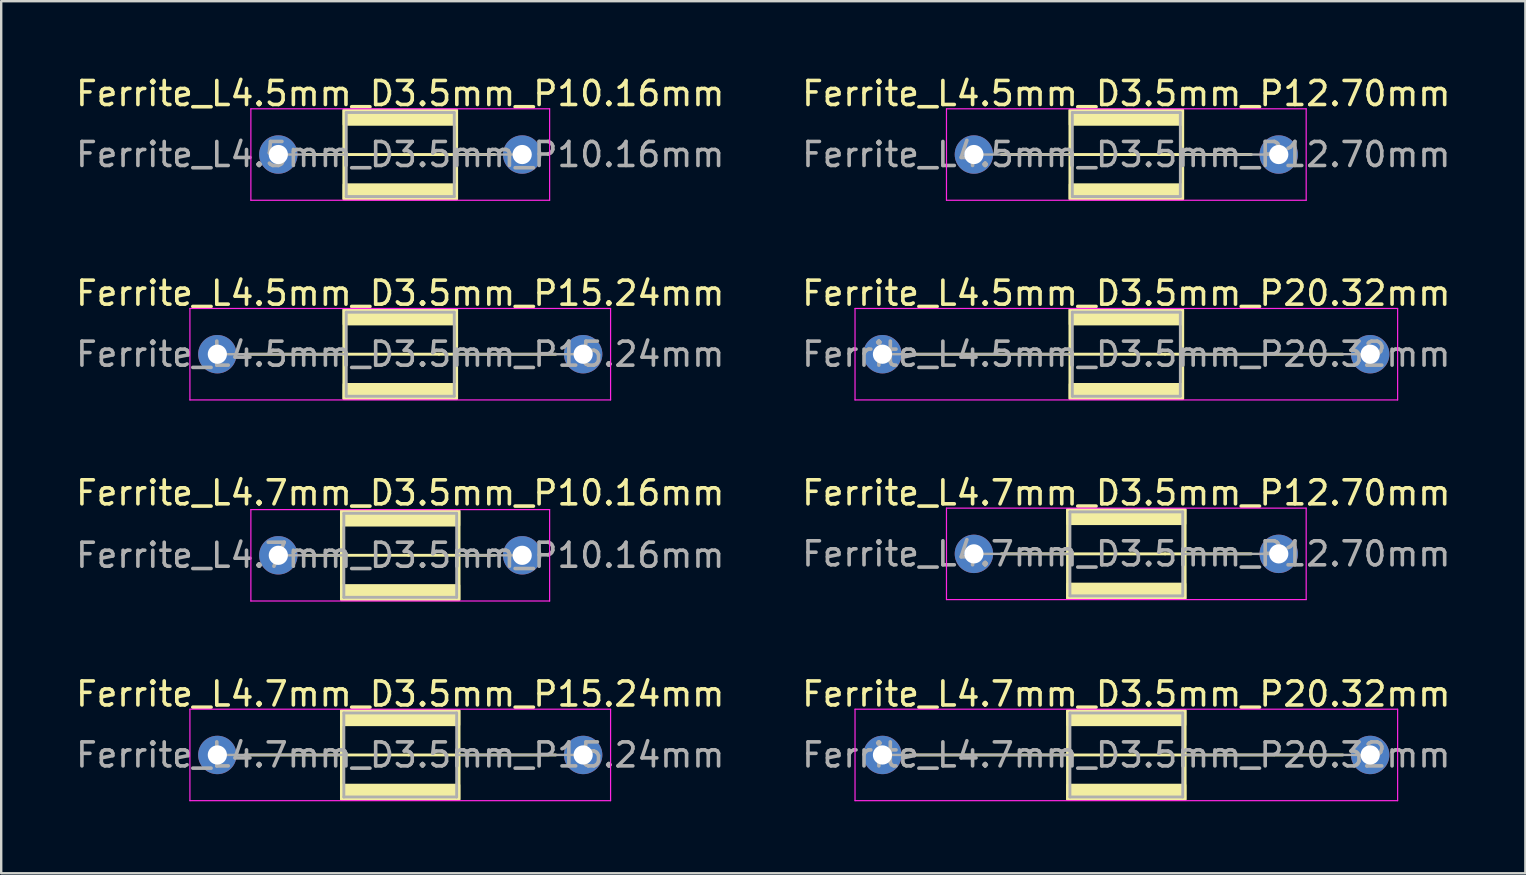
<source format=kicad_pcb>
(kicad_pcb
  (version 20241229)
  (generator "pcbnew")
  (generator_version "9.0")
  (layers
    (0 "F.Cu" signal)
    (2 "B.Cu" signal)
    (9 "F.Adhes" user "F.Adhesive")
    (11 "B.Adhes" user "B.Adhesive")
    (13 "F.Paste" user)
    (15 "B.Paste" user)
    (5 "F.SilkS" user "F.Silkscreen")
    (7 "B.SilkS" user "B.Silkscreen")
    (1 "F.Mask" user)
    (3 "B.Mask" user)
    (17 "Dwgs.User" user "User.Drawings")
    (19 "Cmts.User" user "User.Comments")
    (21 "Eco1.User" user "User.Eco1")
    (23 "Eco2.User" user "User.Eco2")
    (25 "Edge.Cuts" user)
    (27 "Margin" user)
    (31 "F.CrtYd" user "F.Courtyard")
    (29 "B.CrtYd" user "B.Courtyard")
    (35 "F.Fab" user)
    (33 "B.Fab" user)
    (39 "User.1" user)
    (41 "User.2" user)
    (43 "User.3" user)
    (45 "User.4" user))
  (footprint "Ferrite_L4.5mm_D3.5mm_P10.16mm"
    (layer "F.Cu")
    (at 8.545 3.388)
    (property "Reference" "Ferrite_L4.5mm_D3.5mm_P10.16mm" (at 5.08 -2.54 0) (layer "F.SilkS") (effects (font (size 1 1) (thickness 0.15))))
    (fp_line (start 6.694 0.000002) (end 1.143 0) (stroke (width 0.12) (type solid)) (layer "F.SilkS"))
    (fp_line (start 6.694 0.000002) (end 9.017 0) (stroke (width 0.12) (type solid)) (layer "F.SilkS"))
    (fp_rect (start 2.73 -1.85) (end 7.43 1.85) (stroke (width 0.12) (type solid)) (fill no) (layer "F.SilkS"))
    (fp_poly (pts (xy 7.43 -1.25) (xy 2.73 -1.25) (xy 2.73 -1.85) (xy 7.43 -1.85)) (stroke (width 0.1) (type solid)) (fill yes) (layer "F.SilkS"))
    (fp_poly (pts (xy 7.43 1.85) (xy 2.73 1.85) (xy 2.73 1.25) (xy 7.43 1.25)) (stroke (width 0.1) (type solid)) (fill yes) (layer "F.SilkS"))
    (fp_line (start -1.143 -1.905) (end 11.303 -1.905) (stroke (width 0.05) (type solid)) (layer "F.CrtYd"))
    (fp_line (start -1.143 1.905) (end -1.143 -1.905) (stroke (width 0.05) (type solid)) (layer "F.CrtYd"))
    (fp_line (start 11.303 -1.905) (end 11.303 1.905) (stroke (width 0.05) (type solid)) (layer "F.CrtYd"))
    (fp_line (start 11.303 1.905) (end -1.143 1.905) (stroke (width 0.05) (type solid)) (layer "F.CrtYd"))
    (fp_line (start 2.83 -1.75) (end 2.83 0) (stroke (width 0.12) (type solid)) (layer "F.Fab"))
    (fp_line (start 2.83 0) (end 0 0) (stroke (width 0.1) (type solid)) (layer "F.Fab"))
    (fp_line (start 2.83 0) (end 2.83 1.75) (stroke (width 0.12) (type solid)) (layer "F.Fab"))
    (fp_line (start 2.83 1.75) (end 7.33 1.75) (stroke (width 0.12) (type solid)) (layer "F.Fab"))
    (fp_line (start 7.33 -1.75) (end 2.83 -1.75) (stroke (width 0.12) (type solid)) (layer "F.Fab"))
    (fp_line (start 7.33 0) (end 10.16 0) (stroke (width 0.1) (type solid)) (layer "F.Fab"))
    (fp_line (start 7.33 1.75) (end 7.33 -1.75) (stroke (width 0.12) (type solid)) (layer "F.Fab"))
    (fp_text user "${REFERENCE}" (at 5.08 0 0) (layer "F.Fab") (effects (font (size 1 1) (thickness 0.15))))
    (pad "1" thru_hole circle (at 0 0) (size 1.6 1.6) (drill 0.8) (layers "*.Cu" "*.Mask"))
    (pad "2" thru_hole circle (at 10.16 0) (size 1.6 1.6) (drill 0.8) (layers "*.Cu" "*.Mask")))
  (footprint "Ferrite_L4.7mm_D3.5mm_P20.32mm"
    (layer "F.Cu")
    (at 33.715 28.403)
    (property "Reference" "Ferrite_L4.7mm_D3.5mm_P20.32mm" (at 10.16 -2.54 0) (layer "F.SilkS") (effects (font (size 1 1) (thickness 0.15))))
    (fp_line (start 7.964 0.000002) (end 1.143 0) (stroke (width 0.12) (type solid)) (layer "F.SilkS"))
    (fp_line (start 7.964 0.000002) (end 19.177 0) (stroke (width 0.12) (type solid)) (layer "F.SilkS"))
    (fp_rect (start 7.71 -1.85) (end 12.61 1.85) (stroke (width 0.12) (type solid)) (fill no) (layer "F.SilkS"))
    (fp_poly (pts (xy 12.61 -1.25) (xy 7.71 -1.25) (xy 7.71 -1.85) (xy 12.61 -1.85)) (stroke (width 0.1) (type solid)) (fill yes) (layer "F.SilkS"))
    (fp_poly (pts (xy 12.61 1.85) (xy 7.71 1.85) (xy 7.71 1.25) (xy 12.61 1.25)) (stroke (width 0.1) (type solid)) (fill yes) (layer "F.SilkS"))
    (fp_line (start -1.143 -1.905) (end 21.463 -1.905) (stroke (width 0.05) (type solid)) (layer "F.CrtYd"))
    (fp_line (start -1.143 1.905) (end -1.143 -1.905) (stroke (width 0.05) (type solid)) (layer "F.CrtYd"))
    (fp_line (start 21.463 -1.905) (end 21.463 1.905) (stroke (width 0.05) (type solid)) (layer "F.CrtYd"))
    (fp_line (start 21.463 1.905) (end -1.143 1.905) (stroke (width 0.05) (type solid)) (layer "F.CrtYd"))
    (fp_line (start 0 0) (end 7.81 0) (stroke (width 0.1) (type solid)) (layer "F.Fab"))
    (fp_line (start 7.81 -1.75) (end 7.81 0) (stroke (width 0.12) (type solid)) (layer "F.Fab"))
    (fp_line (start 7.81 0) (end 7.81 1.75) (stroke (width 0.12) (type solid)) (layer "F.Fab"))
    (fp_line (start 7.81 1.75) (end 12.51 1.75) (stroke (width 0.12) (type solid)) (layer "F.Fab"))
    (fp_line (start 12.51 -1.75) (end 7.81 -1.75) (stroke (width 0.12) (type solid)) (layer "F.Fab"))
    (fp_line (start 12.51 1.75) (end 12.51 -1.75) (stroke (width 0.12) (type solid)) (layer "F.Fab"))
    (fp_line (start 20.32 0) (end 12.51 0) (stroke (width 0.1) (type solid)) (layer "F.Fab"))
    (fp_text user "${REFERENCE}" (at 10.16 0 0) (layer "F.Fab") (effects (font (size 1 1) (thickness 0.15))))
    (pad "1" thru_hole circle (at 0 0) (size 1.6 1.6) (drill 0.8) (layers "*.Cu" "*.Mask"))
    (pad "2" thru_hole circle (at 20.32 0) (size 1.6 1.6) (drill 0.8) (layers "*.Cu" "*.Mask")))
  (footprint "Ferrite_L4.7mm_D3.5mm_P15.24mm"
    (layer "F.Cu")
    (at 6.005 28.403)
    (property "Reference" "Ferrite_L4.7mm_D3.5mm_P15.24mm" (at 7.62 -2.54 0) (layer "F.SilkS") (effects (font (size 1 1) (thickness 0.15))))
    (fp_line (start 7.964 0.000002) (end 1.143 0) (stroke (width 0.12) (type solid)) (layer "F.SilkS"))
    (fp_line (start 7.964 0.000002) (end 14.097 0) (stroke (width 0.12) (type solid)) (layer "F.SilkS"))
    (fp_rect (start 5.17 -1.85) (end 10.07 1.85) (stroke (width 0.12) (type solid)) (fill no) (layer "F.SilkS"))
    (fp_poly (pts (xy 10.07 -1.25) (xy 5.17 -1.25) (xy 5.17 -1.85) (xy 10.07 -1.85)) (stroke (width 0.1) (type solid)) (fill yes) (layer "F.SilkS"))
    (fp_poly (pts (xy 10.07 1.85) (xy 5.17 1.85) (xy 5.17 1.25) (xy 10.07 1.25)) (stroke (width 0.1) (type solid)) (fill yes) (layer "F.SilkS"))
    (fp_line (start -1.143 -1.905) (end 16.383 -1.905) (stroke (width 0.05) (type solid)) (layer "F.CrtYd"))
    (fp_line (start -1.143 1.905) (end -1.143 -1.905) (stroke (width 0.05) (type solid)) (layer "F.CrtYd"))
    (fp_line (start 16.383 -1.905) (end 16.383 1.905) (stroke (width 0.05) (type solid)) (layer "F.CrtYd"))
    (fp_line (start 16.383 1.905) (end -1.143 1.905) (stroke (width 0.05) (type solid)) (layer "F.CrtYd"))
    (fp_line (start 0 0) (end 5.27 0) (stroke (width 0.1) (type solid)) (layer "F.Fab"))
    (fp_line (start 5.27 -1.75) (end 5.27 0) (stroke (width 0.12) (type solid)) (layer "F.Fab"))
    (fp_line (start 5.27 0) (end 5.27 1.75) (stroke (width 0.12) (type solid)) (layer "F.Fab"))
    (fp_line (start 5.27 1.75) (end 9.97 1.75) (stroke (width 0.12) (type solid)) (layer "F.Fab"))
    (fp_line (start 9.97 -1.75) (end 5.27 -1.75) (stroke (width 0.12) (type solid)) (layer "F.Fab"))
    (fp_line (start 9.97 1.75) (end 9.97 -1.75) (stroke (width 0.12) (type solid)) (layer "F.Fab"))
    (fp_line (start 15.24 0) (end 9.97 0) (stroke (width 0.1) (type solid)) (layer "F.Fab"))
    (fp_text user "${REFERENCE}" (at 7.62 0 0) (layer "F.Fab") (effects (font (size 1 1) (thickness 0.15))))
    (pad "1" thru_hole circle (at 0 0) (size 1.6 1.6) (drill 0.8) (layers "*.Cu" "*.Mask"))
    (pad "2" thru_hole circle (at 15.24 0) (size 1.6 1.6) (drill 0.8) (layers "*.Cu" "*.Mask")))
  (footprint "Ferrite_L4.5mm_D3.5mm_P20.32mm"
    (layer "F.Cu")
    (at 33.715 11.707)
    (property "Reference" "Ferrite_L4.5mm_D3.5mm_P20.32mm" (at 10.16 -2.54 0) (layer "F.SilkS") (effects (font (size 1 1) (thickness 0.15))))
    (fp_line (start 11.774 0.000002) (end 1.143 0) (stroke (width 0.12) (type solid)) (layer "F.SilkS"))
    (fp_line (start 11.774 0.000002) (end 19.177 0) (stroke (width 0.12) (type solid)) (layer "F.SilkS"))
    (fp_rect (start 7.81 -1.85) (end 12.51 1.85) (stroke (width 0.12) (type solid)) (fill no) (layer "F.SilkS"))
    (fp_poly (pts (xy 12.51 -1.25) (xy 7.81 -1.25) (xy 7.81 -1.85) (xy 12.51 -1.85)) (stroke (width 0.1) (type solid)) (fill yes) (layer "F.SilkS"))
    (fp_poly (pts (xy 12.51 1.85) (xy 7.81 1.85) (xy 7.81 1.25) (xy 12.51 1.25)) (stroke (width 0.1) (type solid)) (fill yes) (layer "F.SilkS"))
    (fp_line (start -1.143 -1.905) (end 21.463 -1.905) (stroke (width 0.05) (type solid)) (layer "F.CrtYd"))
    (fp_line (start -1.143 1.905) (end -1.143 -1.905) (stroke (width 0.05) (type solid)) (layer "F.CrtYd"))
    (fp_line (start 21.463 -1.905) (end 21.463 1.905) (stroke (width 0.05) (type solid)) (layer "F.CrtYd"))
    (fp_line (start 21.463 1.905) (end -1.143 1.905) (stroke (width 0.05) (type solid)) (layer "F.CrtYd"))
    (fp_line (start 0 0) (end 7.91 0) (stroke (width 0.1) (type solid)) (layer "F.Fab"))
    (fp_line (start 7.91 -1.75) (end 7.91 0) (stroke (width 0.12) (type solid)) (layer "F.Fab"))
    (fp_line (start 7.91 0) (end 7.91 1.75) (stroke (width 0.12) (type solid)) (layer "F.Fab"))
    (fp_line (start 7.91 1.75) (end 12.41 1.75) (stroke (width 0.12) (type solid)) (layer "F.Fab"))
    (fp_line (start 12.41 -1.75) (end 7.91 -1.75) (stroke (width 0.12) (type solid)) (layer "F.Fab"))
    (fp_line (start 12.41 1.75) (end 12.41 -1.75) (stroke (width 0.12) (type solid)) (layer "F.Fab"))
    (fp_line (start 20.32 0) (end 12.41 0) (stroke (width 0.1) (type solid)) (layer "F.Fab"))
    (fp_text user "${REFERENCE}" (at 10.16 0 0) (layer "F.Fab") (effects (font (size 1 1) (thickness 0.15))))
    (pad "1" thru_hole circle (at 0 0) (size 1.6 1.6) (drill 0.8) (layers "*.Cu" "*.Mask"))
    (pad "2" thru_hole circle (at 20.32 0) (size 1.6 1.6) (drill 0.8) (layers "*.Cu" "*.Mask")))
  (footprint "Ferrite_L4.7mm_D3.5mm_P10.16mm"
    (layer "F.Cu")
    (at 8.545 20.085)
    (property "Reference" "Ferrite_L4.7mm_D3.5mm_P10.16mm" (at 5.08 -2.6 0) (layer "F.SilkS") (effects (font (size 1 1) (thickness 0.15))))
    (fp_line (start 5.424 0.000002) (end 1.143 0) (stroke (width 0.12) (type solid)) (layer "F.SilkS"))
    (fp_line (start 5.424 0.000002) (end 9.017 0) (stroke (width 0.12) (type solid)) (layer "F.SilkS"))
    (fp_rect (start 2.63 -1.85) (end 7.53 1.85) (stroke (width 0.12) (type solid)) (fill no) (layer "F.SilkS"))
    (fp_poly (pts (xy 7.53 -1.25) (xy 2.63 -1.25) (xy 2.63 -1.85) (xy 7.53 -1.85)) (stroke (width 0.1) (type solid)) (fill yes) (layer "F.SilkS"))
    (fp_poly (pts (xy 7.53 1.85) (xy 2.63 1.85) (xy 2.63 1.25) (xy 7.53 1.25)) (stroke (width 0.1) (type solid)) (fill yes) (layer "F.SilkS"))
    (fp_line (start -1.143 -1.905) (end 11.303 -1.905) (stroke (width 0.05) (type solid)) (layer "F.CrtYd"))
    (fp_line (start -1.143 1.905) (end -1.143 -1.905) (stroke (width 0.05) (type solid)) (layer "F.CrtYd"))
    (fp_line (start 11.303 -1.905) (end 11.303 1.905) (stroke (width 0.05) (type solid)) (layer "F.CrtYd"))
    (fp_line (start 11.303 1.905) (end -1.143 1.905) (stroke (width 0.05) (type solid)) (layer "F.CrtYd"))
    (fp_line (start 2.73 -1.75) (end 2.73 0) (stroke (width 0.12) (type solid)) (layer "F.Fab"))
    (fp_line (start 2.73 0) (end 0 0) (stroke (width 0.1) (type solid)) (layer "F.Fab"))
    (fp_line (start 2.73 0) (end 2.73 1.75) (stroke (width 0.12) (type solid)) (layer "F.Fab"))
    (fp_line (start 2.73 1.75) (end 7.43 1.75) (stroke (width 0.12) (type solid)) (layer "F.Fab"))
    (fp_line (start 7.43 -1.75) (end 2.73 -1.75) (stroke (width 0.12) (type solid)) (layer "F.Fab"))
    (fp_line (start 7.43 1.75) (end 7.43 -1.75) (stroke (width 0.12) (type solid)) (layer "F.Fab"))
    (fp_line (start 10.16 0) (end 7.43 0) (stroke (width 0.1) (type solid)) (layer "F.Fab"))
    (fp_text user "${REFERENCE}" (at 5.08 0 0) (layer "F.Fab") (effects (font (size 1 1) (thickness 0.15))))
    (pad "1" thru_hole circle (at 0 0) (size 1.6 1.6) (drill 0.8) (layers "*.Cu" "*.Mask"))
    (pad "2" thru_hole circle (at 10.16 0) (size 1.6 1.6) (drill 0.8) (layers "*.Cu" "*.Mask")))
  (footprint "Ferrite_L4.5mm_D3.5mm_P12.70mm"
    (layer "F.Cu")
    (at 37.525 3.388)
    (property "Reference" "Ferrite_L4.5mm_D3.5mm_P12.70mm" (at 6.35 -2.54 0) (layer "F.SilkS") (effects (font (size 1 1) (thickness 0.15))))
    (fp_line (start 7.964 0.000002) (end 1.143 0) (stroke (width 0.12) (type solid)) (layer "F.SilkS"))
    (fp_line (start 7.964 0.000002) (end 11.557 0) (stroke (width 0.12) (type solid)) (layer "F.SilkS"))
    (fp_rect (start 4 -1.85) (end 8.7 1.85) (stroke (width 0.12) (type solid)) (fill no) (layer "F.SilkS"))
    (fp_poly (pts (xy 8.7 -1.25) (xy 4 -1.25) (xy 4 -1.85) (xy 8.7 -1.85)) (stroke (width 0.1) (type solid)) (fill yes) (layer "F.SilkS"))
    (fp_poly (pts (xy 8.7 1.85) (xy 4 1.85) (xy 4 1.25) (xy 8.7 1.25)) (stroke (width 0.1) (type solid)) (fill yes) (layer "F.SilkS"))
    (fp_line (start -1.143 -1.905) (end 13.843 -1.905) (stroke (width 0.05) (type solid)) (layer "F.CrtYd"))
    (fp_line (start -1.143 1.905) (end -1.143 -1.905) (stroke (width 0.05) (type solid)) (layer "F.CrtYd"))
    (fp_line (start 13.843 -1.905) (end 13.843 1.905) (stroke (width 0.05) (type solid)) (layer "F.CrtYd"))
    (fp_line (start 13.843 1.905) (end -1.143 1.905) (stroke (width 0.05) (type solid)) (layer "F.CrtYd"))
    (fp_line (start 4.1 -1.75) (end 4.1 0) (stroke (width 0.12) (type solid)) (layer "F.Fab"))
    (fp_line (start 4.1 0) (end 0 0) (stroke (width 0.1) (type solid)) (layer "F.Fab"))
    (fp_line (start 4.1 0) (end 4.1 1.75) (stroke (width 0.12) (type solid)) (layer "F.Fab"))
    (fp_line (start 4.1 1.75) (end 8.6 1.75) (stroke (width 0.12) (type solid)) (layer "F.Fab"))
    (fp_line (start 8.6 -1.75) (end 4.1 -1.75) (stroke (width 0.12) (type solid)) (layer "F.Fab"))
    (fp_line (start 8.6 0) (end 12.7 0) (stroke (width 0.1) (type solid)) (layer "F.Fab"))
    (fp_line (start 8.6 1.75) (end 8.6 -1.75) (stroke (width 0.12) (type solid)) (layer "F.Fab"))
    (fp_text user "${REFERENCE}" (at 6.35 0 0) (layer "F.Fab") (effects (font (size 1 1) (thickness 0.15))))
    (pad "1" thru_hole circle (at 0 0) (size 1.6 1.6) (drill 0.8) (layers "*.Cu" "*.Mask"))
    (pad "2" thru_hole circle (at 12.7 0) (size 1.6 1.6) (drill 0.8) (layers "*.Cu" "*.Mask")))
  (footprint "Ferrite_L4.5mm_D3.5mm_P15.24mm"
    (layer "F.Cu")
    (at 6.005 11.707)
    (property "Reference" "Ferrite_L4.5mm_D3.5mm_P15.24mm" (at 7.62 -2.54 0) (layer "F.SilkS") (effects (font (size 1 1) (thickness 0.15))))
    (fp_line (start 9.234 0.000002) (end 1.143 0) (stroke (width 0.12) (type solid)) (layer "F.SilkS"))
    (fp_line (start 9.234 0.000002) (end 14.097 0) (stroke (width 0.12) (type solid)) (layer "F.SilkS"))
    (fp_rect (start 5.27 -1.85) (end 9.97 1.85) (stroke (width 0.12) (type solid)) (fill no) (layer "F.SilkS"))
    (fp_poly (pts (xy 9.97 -1.25) (xy 5.27 -1.25) (xy 5.27 -1.85) (xy 9.97 -1.85)) (stroke (width 0.1) (type solid)) (fill yes) (layer "F.SilkS"))
    (fp_poly (pts (xy 9.97 1.85) (xy 5.27 1.85) (xy 5.27 1.25) (xy 9.97 1.25)) (stroke (width 0.1) (type solid)) (fill yes) (layer "F.SilkS"))
    (fp_line (start -1.143 -1.905) (end 16.383 -1.905) (stroke (width 0.05) (type solid)) (layer "F.CrtYd"))
    (fp_line (start -1.143 1.905) (end -1.143 -1.905) (stroke (width 0.05) (type solid)) (layer "F.CrtYd"))
    (fp_line (start 16.383 -1.905) (end 16.383 1.905) (stroke (width 0.05) (type solid)) (layer "F.CrtYd"))
    (fp_line (start 16.383 1.905) (end -1.143 1.905) (stroke (width 0.05) (type solid)) (layer "F.CrtYd"))
    (fp_line (start 0 0) (end 5.37 0) (stroke (width 0.1) (type solid)) (layer "F.Fab"))
    (fp_line (start 5.37 -1.75) (end 5.37 0) (stroke (width 0.12) (type solid)) (layer "F.Fab"))
    (fp_line (start 5.37 0) (end 5.37 1.75) (stroke (width 0.12) (type solid)) (layer "F.Fab"))
    (fp_line (start 5.37 1.75) (end 9.87 1.75) (stroke (width 0.12) (type solid)) (layer "F.Fab"))
    (fp_line (start 9.87 -1.75) (end 5.37 -1.75) (stroke (width 0.12) (type solid)) (layer "F.Fab"))
    (fp_line (start 9.87 1.75) (end 9.87 -1.75) (stroke (width 0.12) (type solid)) (layer "F.Fab"))
    (fp_line (start 15.24 0) (end 9.87 0) (stroke (width 0.1) (type solid)) (layer "F.Fab"))
    (fp_text user "${REFERENCE}" (at 7.62 0 0) (layer "F.Fab") (effects (font (size 1 1) (thickness 0.15))))
    (pad "1" thru_hole circle (at 0 0) (size 1.6 1.6) (drill 0.8) (layers "*.Cu" "*.Mask"))
    (pad "2" thru_hole circle (at 15.24 0) (size 1.6 1.6) (drill 0.8) (layers "*.Cu" "*.Mask")))
  (footprint "Ferrite_L4.7mm_D3.5mm_P12.70mm"
    (layer "F.Cu")
    (at 37.525 20.025)
    (property "Reference" "Ferrite_L4.7mm_D3.5mm_P12.70mm" (at 6.35 -2.54 0) (layer "F.SilkS") (effects (font (size 1 1) (thickness 0.15))))
    (fp_line (start 7.964 0.000002) (end 1.143 0) (stroke (width 0.12) (type solid)) (layer "F.SilkS"))
    (fp_line (start 7.964 0.000002) (end 11.557 0) (stroke (width 0.12) (type solid)) (layer "F.SilkS"))
    (fp_rect (start 3.9 -1.85) (end 8.8 1.85) (stroke (width 0.12) (type solid)) (fill no) (layer "F.SilkS"))
    (fp_poly (pts (xy 8.8 -1.25) (xy 3.9 -1.25) (xy 3.9 -1.85) (xy 8.8 -1.85)) (stroke (width 0.1) (type solid)) (fill yes) (layer "F.SilkS"))
    (fp_poly (pts (xy 8.8 1.85) (xy 3.9 1.85) (xy 3.9 1.25) (xy 8.8 1.25)) (stroke (width 0.1) (type solid)) (fill yes) (layer "F.SilkS"))
    (fp_line (start -1.143 -1.905) (end 13.843 -1.905) (stroke (width 0.05) (type solid)) (layer "F.CrtYd"))
    (fp_line (start -1.143 1.905) (end -1.143 -1.905) (stroke (width 0.05) (type solid)) (layer "F.CrtYd"))
    (fp_line (start 13.843 -1.905) (end 13.843 1.905) (stroke (width 0.05) (type solid)) (layer "F.CrtYd"))
    (fp_line (start 13.843 1.905) (end -1.143 1.905) (stroke (width 0.05) (type solid)) (layer "F.CrtYd"))
    (fp_line (start 4 -1.75) (end 4 0) (stroke (width 0.12) (type solid)) (layer "F.Fab"))
    (fp_line (start 4 0) (end 0 0) (stroke (width 0.1) (type solid)) (layer "F.Fab"))
    (fp_line (start 4 0) (end 4 1.75) (stroke (width 0.12) (type solid)) (layer "F.Fab"))
    (fp_line (start 4 1.75) (end 8.7 1.75) (stroke (width 0.12) (type solid)) (layer "F.Fab"))
    (fp_line (start 8.7 -1.75) (end 4 -1.75) (stroke (width 0.12) (type solid)) (layer "F.Fab"))
    (fp_line (start 8.7 0) (end 12.7 0) (stroke (width 0.1) (type solid)) (layer "F.Fab"))
    (fp_line (start 8.7 1.75) (end 8.7 -1.75) (stroke (width 0.12) (type solid)) (layer "F.Fab"))
    (fp_text user "${REFERENCE}" (at 6.35 0 0) (layer "F.Fab") (effects (font (size 1 1) (thickness 0.15))))
    (pad "1" thru_hole circle (at 0 0) (size 1.6 1.6) (drill 0.8) (layers "*.Cu" "*.Mask"))
    (pad "2" thru_hole circle (at 12.7 0) (size 1.6 1.6) (drill 0.8) (layers "*.Cu" "*.Mask")))
  (gr_rect
    (start -3 -3)
    (end 60.5 33.333)
    (stroke (width 0.1) (type default))
    (fill no)
    (layer "Edge.Cuts")))
</source>
